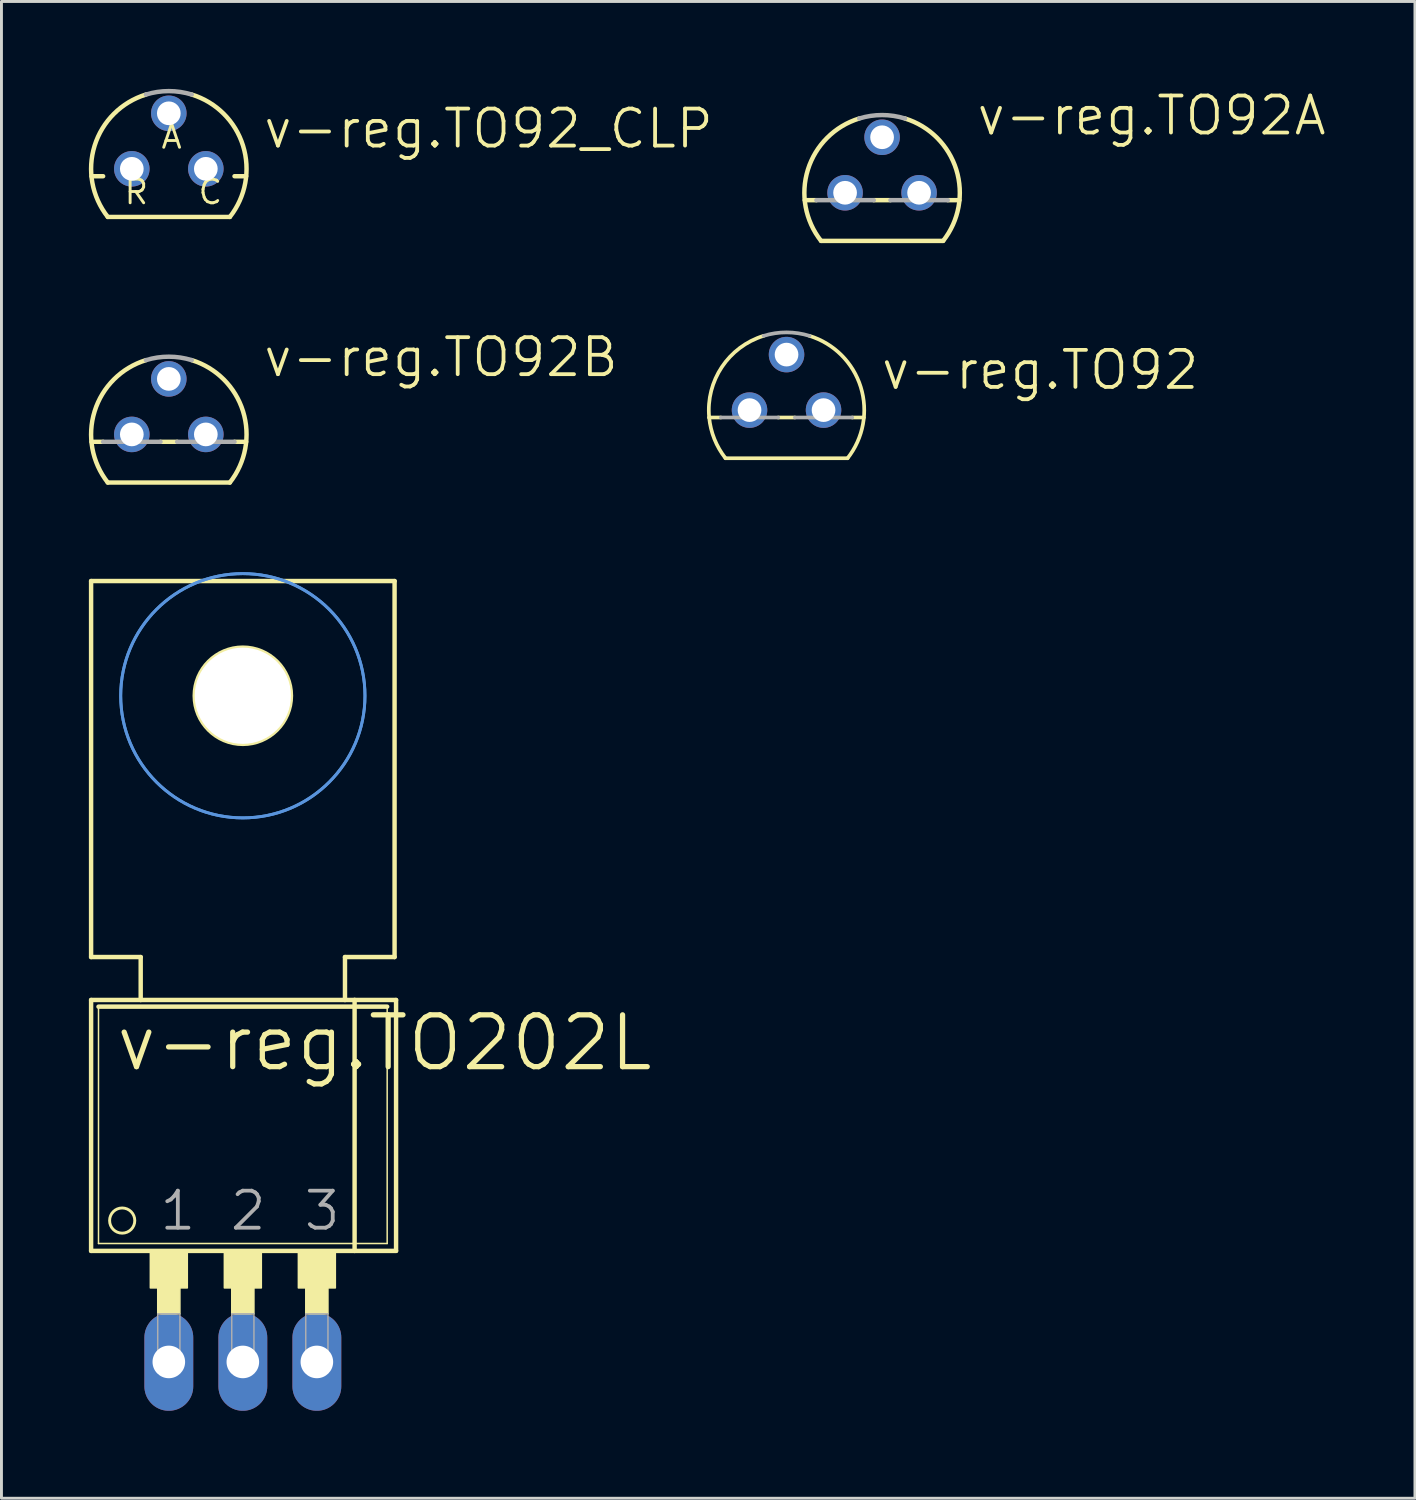
<source format=kicad_pcb>
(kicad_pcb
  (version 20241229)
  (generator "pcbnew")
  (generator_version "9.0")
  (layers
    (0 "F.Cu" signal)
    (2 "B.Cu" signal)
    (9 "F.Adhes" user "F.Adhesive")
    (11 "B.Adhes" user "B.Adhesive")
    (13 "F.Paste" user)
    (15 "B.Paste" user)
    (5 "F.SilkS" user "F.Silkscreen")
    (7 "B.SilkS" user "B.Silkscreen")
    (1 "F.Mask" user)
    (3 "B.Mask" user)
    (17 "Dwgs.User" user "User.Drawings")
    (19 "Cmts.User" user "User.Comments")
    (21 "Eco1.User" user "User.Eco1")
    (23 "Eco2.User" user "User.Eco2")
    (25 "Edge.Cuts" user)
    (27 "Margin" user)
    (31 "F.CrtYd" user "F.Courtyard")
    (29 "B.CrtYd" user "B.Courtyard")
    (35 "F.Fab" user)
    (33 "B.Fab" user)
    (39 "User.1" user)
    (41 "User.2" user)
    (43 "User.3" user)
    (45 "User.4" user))
  (footprint "v-reg.TO92A"
    (layer "F.Cu")
    (at 27.219 3.565)
    (property "Reference" "v-reg.TO92A" (at 3.175 -1.905 0) (layer "F.SilkS") (effects (font (size 1.27 1.27) (thickness 0.13)) (justify left bottom)))
    (attr through_hole)
    (fp_line (start -2.655 0.254) (end -2.254 0.254) (stroke (width 0.152) (type default)) (layer "F.SilkS"))
    (fp_line (start -2.095 1.651) (end 2.095 1.651) (stroke (width 0.152) (type default)) (layer "F.SilkS"))
    (fp_line (start -0.286 0.254) (end 0.286 0.254) (stroke (width 0.152) (type default)) (layer "F.SilkS"))
    (fp_line (start 2.254 0.254) (end 2.655 0.254) (stroke (width 0.152) (type default)) (layer "F.SilkS"))
    (fp_arc (start -2.0946 1.651) (mid -2.54634 -0.793276) (end -0.7863 -2.5485) (stroke (width 0.1524) (type default)) (layer "F.SilkS"))
    (fp_arc (start 0.7868 -2.5484) (mid 2.54677 -0.793201) (end 2.095 1.651) (stroke (width 0.1524) (type default)) (layer "F.SilkS"))
    (fp_line (start -2.254 0.254) (end -0.286 0.254) (stroke (width 0.152) (type default)) (layer "F.Fab"))
    (fp_line (start 0.286 0.254) (end 2.254 0.254) (stroke (width 0.152) (type default)) (layer "F.Fab"))
    (fp_arc (start -0.7863 -2.5485) (mid 0 -2.667043) (end 0.7863 -2.5485) (stroke (width 0.1524) (type default)) (layer "F.Fab"))
    (pad "B" thru_hole circle (at 0 -1.905) (size 1.219 1.219) (drill 0.813) (layers "*.Cu" "*.Mask"))
    (pad "C" thru_hole circle (at -1.27 0) (size 1.219 1.219) (drill 0.813) (layers "*.Cu" "*.Mask"))
    (pad "E" thru_hole circle (at 1.27 0) (size 1.219 1.219) (drill 0.813) (layers "*.Cu" "*.Mask")))
  (footprint "v-reg.TO202L"
    (layer "F.Cu")
    (at 5.283 38.605)
    (property "Reference" "v-reg.TO202L" (at -4.445 -4.826 0) (layer "F.SilkS") (effects (font (size 1.778 1.778) (thickness 0.18)) (justify left bottom)))
    (attr through_hole)
    (fp_line (start -5.207 -21.717) (end -5.207 -8.814) (stroke (width 0.152) (type default)) (layer "F.SilkS"))
    (fp_line (start -5.207 -7.341) (end -3.505 -7.341) (stroke (width 0.152) (type default)) (layer "F.SilkS"))
    (fp_line (start -5.207 1.27) (end -5.207 -7.341) (stroke (width 0.152) (type default)) (layer "F.SilkS"))
    (fp_line (start -5.207 1.27) (end 3.835 1.27) (stroke (width 0.152) (type default)) (layer "F.SilkS"))
    (fp_line (start -4.953 1.016) (end -4.953 -7.112) (stroke (width 0.051) (type default)) (layer "F.SilkS"))
    (fp_line (start -4.953 1.016) (end 4.953 1.016) (stroke (width 0.051) (type default)) (layer "F.SilkS"))
    (fp_line (start -3.505 -8.814) (end -5.207 -8.814) (stroke (width 0.152) (type default)) (layer "F.SilkS"))
    (fp_line (start -3.505 -7.341) (end -3.505 -8.814) (stroke (width 0.152) (type default)) (layer "F.SilkS"))
    (fp_line (start -3.505 -7.341) (end 3.505 -7.341) (stroke (width 0.152) (type default)) (layer "F.SilkS"))
    (fp_line (start 3.505 -8.814) (end 3.505 -7.341) (stroke (width 0.152) (type default)) (layer "F.SilkS"))
    (fp_line (start 3.505 -7.341) (end 3.835 -7.341) (stroke (width 0.152) (type default)) (layer "F.SilkS"))
    (fp_line (start 3.835 -7.341) (end 5.258 -7.341) (stroke (width 0.152) (type default)) (layer "F.SilkS"))
    (fp_line (start 3.835 1.27) (end 3.835 -7.341) (stroke (width 0.152) (type default)) (layer "F.SilkS"))
    (fp_line (start 3.835 1.27) (end 5.258 1.27) (stroke (width 0.152) (type default)) (layer "F.SilkS"))
    (fp_line (start 4.953 -7.112) (end -4.953 -7.112) (stroke (width 0.152) (type default)) (layer "F.SilkS"))
    (fp_line (start 4.953 -7.112) (end 4.953 1.016) (stroke (width 0.051) (type default)) (layer "F.SilkS"))
    (fp_line (start 5.207 -21.717) (end -5.207 -21.717) (stroke (width 0.152) (type default)) (layer "F.SilkS"))
    (fp_line (start 5.207 -21.717) (end 5.207 -8.814) (stroke (width 0.152) (type default)) (layer "F.SilkS"))
    (fp_line (start 5.207 -8.814) (end 3.505 -8.814) (stroke (width 0.152) (type default)) (layer "F.SilkS"))
    (fp_line (start 5.258 1.27) (end 5.258 -7.341) (stroke (width 0.152) (type default)) (layer "F.SilkS"))
    (fp_rect (start -3.175 2.54) (end -1.905 1.27) (stroke (width 0.05) (type default)) (fill yes) (layer "F.SilkS"))
    (fp_rect (start -2.921 3.429) (end -2.159 2.54) (stroke (width 0.05) (type default)) (fill yes) (layer "F.SilkS"))
    (fp_rect (start -0.635 2.54) (end 0.635 1.27) (stroke (width 0.05) (type default)) (fill yes) (layer "F.SilkS"))
    (fp_rect (start -0.381 3.429) (end 0.381 2.54) (stroke (width 0.05) (type default)) (fill yes) (layer "F.SilkS"))
    (fp_rect (start 1.905 2.54) (end 3.175 1.27) (stroke (width 0.05) (type default)) (fill yes) (layer "F.SilkS"))
    (fp_rect (start 2.159 3.429) (end 2.921 2.54) (stroke (width 0.05) (type default)) (fill yes) (layer "F.SilkS"))
    (fp_circle (center -4.14 0.229) (end -3.708 0.229) (stroke (width 0.1) (type default)) (fill no) (layer "F.SilkS"))
    (fp_circle (center 0 -17.78) (end 1.651 -17.78) (stroke (width 0.152) (type default)) (fill no) (layer "F.SilkS"))
    (fp_circle (center 0 -17.78) (end 4.191 -17.78) (stroke (width 0.1) (type default)) (fill no) (layer "Cmts.User"))
    (fp_circle (center 0 -17.78) (end 4.191 -17.78) (stroke (width 0.1) (type default)) (fill no) (layer "Cmts.User"))
    (fp_rect (start -2.921 5.08) (end -2.159 3.429) (stroke (width 0.05) (type default)) (fill no) (layer "F.Fab"))
    (fp_rect (start -0.381 5.08) (end 0.381 3.429) (stroke (width 0.05) (type default)) (fill no) (layer "F.Fab"))
    (fp_rect (start 2.159 5.08) (end 2.921 3.429) (stroke (width 0.05) (type default)) (fill no) (layer "F.Fab"))
    (fp_text user "3" (at 2.032 0.635 0) (layer "F.Fab") (effects (font (size 1.27 1.27) (thickness 0.13)) (justify left bottom)))
    (fp_text user "2" (at -0.508 0.635 0) (layer "F.Fab") (effects (font (size 1.27 1.27) (thickness 0.13)) (justify left bottom)))
    (fp_text user "1" (at -2.921 0.635 0) (layer "F.Fab") (effects (font (size 1.27 1.27) (thickness 0.13)) (justify left bottom)))
    (pad "" np_thru_hole circle (at 0 -17.78) (size 3.302 3.302) (drill 3.302) (layers "*.Cu" "*.Mask"))
    (pad "1" thru_hole oval (at -2.54 5.08 90) (size 3.353 1.676) (drill 1.118) (layers "*.Cu" "*.Mask"))
    (pad "2" thru_hole oval (at 0 5.08 90) (size 3.353 1.676) (drill 1.118) (layers "*.Cu" "*.Mask"))
    (pad "3" thru_hole oval (at 2.54 5.08 90) (size 3.353 1.676) (drill 1.118) (layers "*.Cu" "*.Mask")))
  (footprint "v-reg.TO92B"
    (layer "F.Cu")
    (at 2.743 11.857)
    (property "Reference" "v-reg.TO92B" (at 3.175 -1.905 0) (layer "F.SilkS") (effects (font (size 1.27 1.27) (thickness 0.13)) (justify left bottom)))
    (attr through_hole)
    (fp_line (start -2.655 0.254) (end -2.254 0.254) (stroke (width 0.152) (type default)) (layer "F.SilkS"))
    (fp_line (start -2.095 1.651) (end 2.095 1.651) (stroke (width 0.152) (type default)) (layer "F.SilkS"))
    (fp_line (start -0.286 0.254) (end 0.286 0.254) (stroke (width 0.152) (type default)) (layer "F.SilkS"))
    (fp_line (start 2.254 0.254) (end 2.655 0.254) (stroke (width 0.152) (type default)) (layer "F.SilkS"))
    (fp_arc (start -2.0946 1.651) (mid -2.54634 -0.793276) (end -0.7863 -2.5485) (stroke (width 0.1524) (type default)) (layer "F.SilkS"))
    (fp_arc (start 0.7868 -2.5484) (mid 2.54677 -0.793201) (end 2.095 1.651) (stroke (width 0.1524) (type default)) (layer "F.SilkS"))
    (fp_line (start -2.254 0.254) (end -0.286 0.254) (stroke (width 0.152) (type default)) (layer "F.Fab"))
    (fp_line (start 0.286 0.254) (end 2.254 0.254) (stroke (width 0.152) (type default)) (layer "F.Fab"))
    (fp_arc (start -0.7863 -2.5485) (mid 0 -2.667043) (end 0.7863 -2.5485) (stroke (width 0.1524) (type default)) (layer "F.Fab"))
    (pad "B" thru_hole circle (at -1.27 0) (size 1.219 1.219) (drill 0.813) (layers "*.Cu" "*.Mask"))
    (pad "C" thru_hole circle (at 1.27 0) (size 1.219 1.219) (drill 0.813) (layers "*.Cu" "*.Mask"))
    (pad "E" thru_hole circle (at 0 -1.905) (size 1.219 1.219) (drill 0.813) (layers "*.Cu" "*.Mask")))
  (footprint "v-reg.TO92_CLP"
    (layer "F.Cu")
    (at 2.743 2.743)
    (property "Reference" "v-reg.TO92_CLP" (at 3.175 -0.635 0) (layer "F.SilkS") (effects (font (size 1.27 1.27) (thickness 0.13)) (justify left bottom)))
    (attr through_hole)
    (fp_line (start -2.655 0.254) (end -2.254 0.254) (stroke (width 0.152) (type default)) (layer "F.SilkS"))
    (fp_line (start -2.095 1.651) (end 2.095 1.651) (stroke (width 0.152) (type default)) (layer "F.SilkS"))
    (fp_line (start 2.254 0.254) (end 2.655 0.254) (stroke (width 0.152) (type default)) (layer "F.SilkS"))
    (fp_arc (start -2.0946 1.651) (mid -2.54634 -0.793276) (end -0.7863 -2.5485) (stroke (width 0.1524) (type default)) (layer "F.SilkS"))
    (fp_arc (start 0.7868 -2.5484) (mid 2.54677 -0.793201) (end 2.095 1.651) (stroke (width 0.1524) (type default)) (layer "F.SilkS"))
    (fp_arc (start -0.7863 -2.5485) (mid 0 -2.667043) (end 0.7863 -2.5485) (stroke (width 0.1524) (type default)) (layer "F.Fab"))
    (fp_text user "C" (at 0.953 1.27 0) (layer "F.SilkS") (effects (font (size 0.813 0.813) (thickness 0.1)) (justify left bottom)))
    (fp_text user "R" (at -1.587 1.27 0) (layer "F.SilkS") (effects (font (size 0.813 0.813) (thickness 0.1)) (justify left bottom)))
    (fp_text user "A" (at -0.318 -0.635 0) (layer "F.SilkS") (effects (font (size 0.813 0.813) (thickness 0.1)) (justify left bottom)))
    (pad "A" thru_hole circle (at 0 -1.905) (size 1.219 1.219) (drill 0.813) (layers "*.Cu" "*.Mask"))
    (pad "C" thru_hole circle (at 1.27 0) (size 1.219 1.219) (drill 0.813) (layers "*.Cu" "*.Mask"))
    (pad "R" thru_hole circle (at -1.27 0) (size 1.219 1.219) (drill 0.813) (layers "*.Cu" "*.Mask")))
  (footprint "v-reg.TO92"
    (layer "F.Cu")
    (at 23.94 11.023)
    (property "Reference" "v-reg.TO92" (at 3.175 -0.635 0) (layer "F.SilkS") (effects (font (size 1.27 1.27) (thickness 0.13)) (justify left bottom)))
    (attr through_hole)
    (fp_line (start -2.655 0.254) (end -2.254 0.254) (stroke (width 0.127) (type default)) (layer "F.SilkS"))
    (fp_line (start -2.095 1.651) (end 2.095 1.651) (stroke (width 0.127) (type default)) (layer "F.SilkS"))
    (fp_line (start -0.286 0.254) (end 0.286 0.254) (stroke (width 0.127) (type default)) (layer "F.SilkS"))
    (fp_line (start 2.254 0.254) (end 2.655 0.254) (stroke (width 0.127) (type default)) (layer "F.SilkS"))
    (fp_arc (start -2.6549 0.254) (mid -2.219001 -1.479565) (end -0.7863 -2.5485) (stroke (width 0.127) (type default)) (layer "F.SilkS"))
    (fp_arc (start -2.0946 1.651) (mid -2.475346 0.992847) (end -2.6549 0.254) (stroke (width 0.127) (type default)) (layer "F.SilkS"))
    (fp_arc (start 0.7863 -2.5484) (mid 2.54627 -0.793201) (end 2.0945 1.651) (stroke (width 0.127) (type default)) (layer "F.SilkS"))
    (fp_line (start -2.254 0.254) (end -0.286 0.254) (stroke (width 0.127) (type default)) (layer "F.Fab"))
    (fp_line (start 0.286 0.254) (end 2.254 0.254) (stroke (width 0.127) (type default)) (layer "F.Fab"))
    (fp_arc (start -0.7863 -2.5485) (mid 0 -2.667043) (end 0.7863 -2.5485) (stroke (width 0.127) (type default)) (layer "F.Fab"))
    (pad "1" thru_hole circle (at -1.27 0) (size 1.219 1.219) (drill 0.813) (layers "*.Cu" "*.Mask"))
    (pad "2" thru_hole circle (at 0 -1.905) (size 1.219 1.219) (drill 0.813) (layers "*.Cu" "*.Mask"))
    (pad "3" thru_hole circle (at 1.27 0) (size 1.219 1.219) (drill 0.813) (layers "*.Cu" "*.Mask")))
  (gr_rect
    (start -3 -3)
    (end 45.504 48.362)
    (stroke (width 0.1) (type default))
    (fill no)
    (layer "Edge.Cuts")))
</source>
